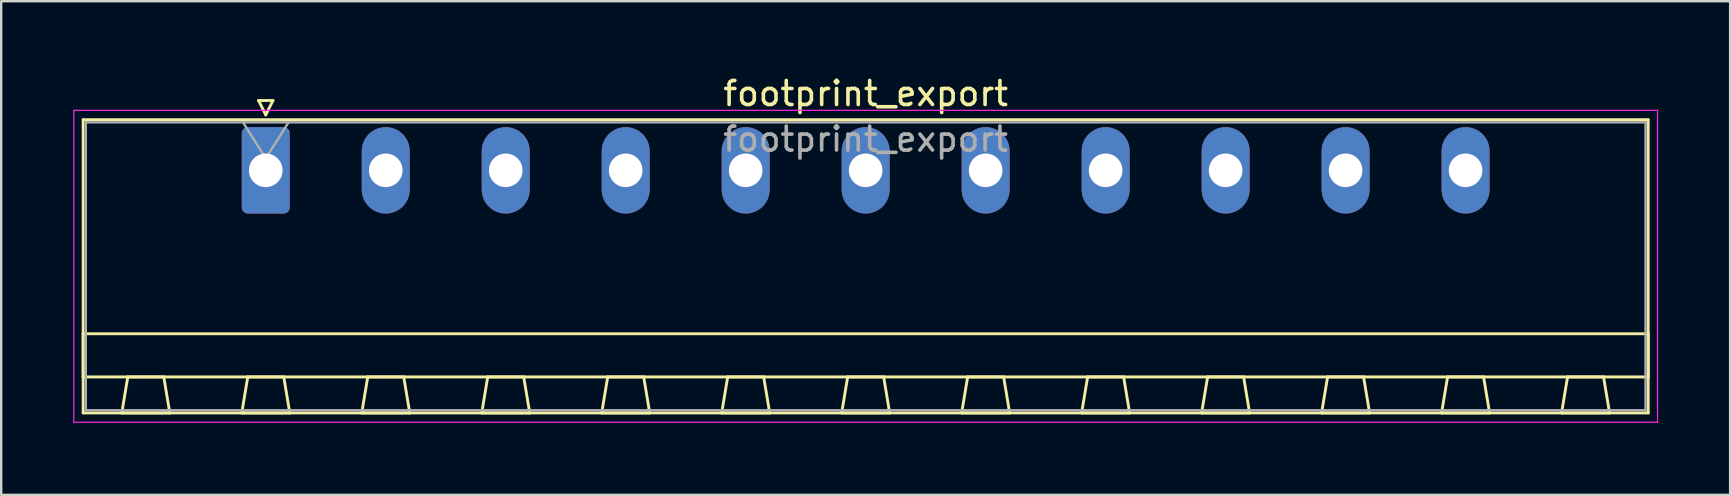
<source format=kicad_pcb>
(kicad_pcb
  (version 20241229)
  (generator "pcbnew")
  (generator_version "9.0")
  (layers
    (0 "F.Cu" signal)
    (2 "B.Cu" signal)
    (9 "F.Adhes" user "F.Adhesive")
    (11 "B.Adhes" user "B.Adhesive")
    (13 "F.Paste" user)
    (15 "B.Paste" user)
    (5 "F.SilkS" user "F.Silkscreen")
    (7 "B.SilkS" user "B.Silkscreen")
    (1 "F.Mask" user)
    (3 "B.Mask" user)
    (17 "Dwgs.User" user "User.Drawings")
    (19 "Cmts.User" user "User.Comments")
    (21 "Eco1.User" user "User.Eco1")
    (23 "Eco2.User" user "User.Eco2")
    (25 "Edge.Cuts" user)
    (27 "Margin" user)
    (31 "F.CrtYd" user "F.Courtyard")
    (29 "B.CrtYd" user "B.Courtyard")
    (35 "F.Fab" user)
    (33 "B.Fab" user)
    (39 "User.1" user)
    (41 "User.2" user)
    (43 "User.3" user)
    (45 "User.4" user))
  (footprint "footprint_export"
    (layer "F.Cu")
    (at 8.025 4.048)
    (property "Reference" "footprint_export" (at 25 -3.2 0) (layer "F.SilkS") (effects (font (size 1 1) (thickness 0.15))))
    (attr through_hole)
    (fp_line (start -7.61 -2.11) (end -7.61 10.11) (stroke (width 0.12) (type solid)) (layer "F.SilkS"))
    (fp_line (start -7.61 6.81) (end 57.61 6.81) (stroke (width 0.12) (type solid)) (layer "F.SilkS"))
    (fp_line (start -7.61 8.61) (end -7.61 6.81) (stroke (width 0.12) (type solid)) (layer "F.SilkS"))
    (fp_line (start -7.61 10.11) (end 57.61 10.11) (stroke (width 0.12) (type solid)) (layer "F.SilkS"))
    (fp_line (start -6 10.11) (end -4 10.11) (stroke (width 0.12) (type solid)) (layer "F.SilkS"))
    (fp_line (start -5.75 8.61) (end -6 10.11) (stroke (width 0.12) (type solid)) (layer "F.SilkS"))
    (fp_line (start -4.25 8.61) (end -5.75 8.61) (stroke (width 0.12) (type solid)) (layer "F.SilkS"))
    (fp_line (start -4 10.11) (end -4.25 8.61) (stroke (width 0.12) (type solid)) (layer "F.SilkS"))
    (fp_line (start -1 10.11) (end 1 10.11) (stroke (width 0.12) (type solid)) (layer "F.SilkS"))
    (fp_line (start -0.75 8.61) (end -1 10.11) (stroke (width 0.12) (type solid)) (layer "F.SilkS"))
    (fp_line (start -0.3 -2.91) (end 0.3 -2.91) (stroke (width 0.12) (type solid)) (layer "F.SilkS"))
    (fp_line (start 0 -2.31) (end -0.3 -2.91) (stroke (width 0.12) (type solid)) (layer "F.SilkS"))
    (fp_line (start 0.3 -2.91) (end 0 -2.31) (stroke (width 0.12) (type solid)) (layer "F.SilkS"))
    (fp_line (start 0.75 8.61) (end -0.75 8.61) (stroke (width 0.12) (type solid)) (layer "F.SilkS"))
    (fp_line (start 1 10.11) (end 0.75 8.61) (stroke (width 0.12) (type solid)) (layer "F.SilkS"))
    (fp_line (start 4 10.11) (end 6 10.11) (stroke (width 0.12) (type solid)) (layer "F.SilkS"))
    (fp_line (start 4.25 8.61) (end 4 10.11) (stroke (width 0.12) (type solid)) (layer "F.SilkS"))
    (fp_line (start 5.75 8.61) (end 4.25 8.61) (stroke (width 0.12) (type solid)) (layer "F.SilkS"))
    (fp_line (start 6 10.11) (end 5.75 8.61) (stroke (width 0.12) (type solid)) (layer "F.SilkS"))
    (fp_line (start 9 10.11) (end 11 10.11) (stroke (width 0.12) (type solid)) (layer "F.SilkS"))
    (fp_line (start 9.25 8.61) (end 9 10.11) (stroke (width 0.12) (type solid)) (layer "F.SilkS"))
    (fp_line (start 10.75 8.61) (end 9.25 8.61) (stroke (width 0.12) (type solid)) (layer "F.SilkS"))
    (fp_line (start 11 10.11) (end 10.75 8.61) (stroke (width 0.12) (type solid)) (layer "F.SilkS"))
    (fp_line (start 14 10.11) (end 16 10.11) (stroke (width 0.12) (type solid)) (layer "F.SilkS"))
    (fp_line (start 14.25 8.61) (end 14 10.11) (stroke (width 0.12) (type solid)) (layer "F.SilkS"))
    (fp_line (start 15.75 8.61) (end 14.25 8.61) (stroke (width 0.12) (type solid)) (layer "F.SilkS"))
    (fp_line (start 16 10.11) (end 15.75 8.61) (stroke (width 0.12) (type solid)) (layer "F.SilkS"))
    (fp_line (start 19 10.11) (end 21 10.11) (stroke (width 0.12) (type solid)) (layer "F.SilkS"))
    (fp_line (start 19.25 8.61) (end 19 10.11) (stroke (width 0.12) (type solid)) (layer "F.SilkS"))
    (fp_line (start 20.75 8.61) (end 19.25 8.61) (stroke (width 0.12) (type solid)) (layer "F.SilkS"))
    (fp_line (start 21 10.11) (end 20.75 8.61) (stroke (width 0.12) (type solid)) (layer "F.SilkS"))
    (fp_line (start 24 10.11) (end 26 10.11) (stroke (width 0.12) (type solid)) (layer "F.SilkS"))
    (fp_line (start 24.25 8.61) (end 24 10.11) (stroke (width 0.12) (type solid)) (layer "F.SilkS"))
    (fp_line (start 25.75 8.61) (end 24.25 8.61) (stroke (width 0.12) (type solid)) (layer "F.SilkS"))
    (fp_line (start 26 10.11) (end 25.75 8.61) (stroke (width 0.12) (type solid)) (layer "F.SilkS"))
    (fp_line (start 29 10.11) (end 31 10.11) (stroke (width 0.12) (type solid)) (layer "F.SilkS"))
    (fp_line (start 29.25 8.61) (end 29 10.11) (stroke (width 0.12) (type solid)) (layer "F.SilkS"))
    (fp_line (start 30.75 8.61) (end 29.25 8.61) (stroke (width 0.12) (type solid)) (layer "F.SilkS"))
    (fp_line (start 31 10.11) (end 30.75 8.61) (stroke (width 0.12) (type solid)) (layer "F.SilkS"))
    (fp_line (start 34 10.11) (end 36 10.11) (stroke (width 0.12) (type solid)) (layer "F.SilkS"))
    (fp_line (start 34.25 8.61) (end 34 10.11) (stroke (width 0.12) (type solid)) (layer "F.SilkS"))
    (fp_line (start 35.75 8.61) (end 34.25 8.61) (stroke (width 0.12) (type solid)) (layer "F.SilkS"))
    (fp_line (start 36 10.11) (end 35.75 8.61) (stroke (width 0.12) (type solid)) (layer "F.SilkS"))
    (fp_line (start 39 10.11) (end 41 10.11) (stroke (width 0.12) (type solid)) (layer "F.SilkS"))
    (fp_line (start 39.25 8.61) (end 39 10.11) (stroke (width 0.12) (type solid)) (layer "F.SilkS"))
    (fp_line (start 40.75 8.61) (end 39.25 8.61) (stroke (width 0.12) (type solid)) (layer "F.SilkS"))
    (fp_line (start 41 10.11) (end 40.75 8.61) (stroke (width 0.12) (type solid)) (layer "F.SilkS"))
    (fp_line (start 44 10.11) (end 46 10.11) (stroke (width 0.12) (type solid)) (layer "F.SilkS"))
    (fp_line (start 44.25 8.61) (end 44 10.11) (stroke (width 0.12) (type solid)) (layer "F.SilkS"))
    (fp_line (start 45.75 8.61) (end 44.25 8.61) (stroke (width 0.12) (type solid)) (layer "F.SilkS"))
    (fp_line (start 46 10.11) (end 45.75 8.61) (stroke (width 0.12) (type solid)) (layer "F.SilkS"))
    (fp_line (start 49 10.11) (end 51 10.11) (stroke (width 0.12) (type solid)) (layer "F.SilkS"))
    (fp_line (start 49.25 8.61) (end 49 10.11) (stroke (width 0.12) (type solid)) (layer "F.SilkS"))
    (fp_line (start 50.75 8.61) (end 49.25 8.61) (stroke (width 0.12) (type solid)) (layer "F.SilkS"))
    (fp_line (start 51 10.11) (end 50.75 8.61) (stroke (width 0.12) (type solid)) (layer "F.SilkS"))
    (fp_line (start 54 10.11) (end 56 10.11) (stroke (width 0.12) (type solid)) (layer "F.SilkS"))
    (fp_line (start 54.25 8.61) (end 54 10.11) (stroke (width 0.12) (type solid)) (layer "F.SilkS"))
    (fp_line (start 55.75 8.61) (end 54.25 8.61) (stroke (width 0.12) (type solid)) (layer "F.SilkS"))
    (fp_line (start 56 10.11) (end 55.75 8.61) (stroke (width 0.12) (type solid)) (layer "F.SilkS"))
    (fp_line (start 57.61 -2.11) (end -7.61 -2.11) (stroke (width 0.12) (type solid)) (layer "F.SilkS"))
    (fp_line (start 57.61 6.81) (end 57.61 8.61) (stroke (width 0.12) (type solid)) (layer "F.SilkS"))
    (fp_line (start 57.61 8.61) (end -7.61 8.61) (stroke (width 0.12) (type solid)) (layer "F.SilkS"))
    (fp_line (start 57.61 10.11) (end 57.61 -2.11) (stroke (width 0.12) (type solid)) (layer "F.SilkS"))
    (fp_line (start -8 -2.5) (end -8 10.5) (stroke (width 0.05) (type solid)) (layer "F.CrtYd"))
    (fp_line (start -8 10.5) (end 58 10.5) (stroke (width 0.05) (type solid)) (layer "F.CrtYd"))
    (fp_line (start 58 -2.5) (end -8 -2.5) (stroke (width 0.05) (type solid)) (layer "F.CrtYd"))
    (fp_line (start 58 10.5) (end 58 -2.5) (stroke (width 0.05) (type solid)) (layer "F.CrtYd"))
    (fp_line (start -7.5 -2) (end -7.5 10) (stroke (width 0.1) (type solid)) (layer "F.Fab"))
    (fp_line (start -7.5 10) (end 57.5 10) (stroke (width 0.1) (type solid)) (layer "F.Fab"))
    (fp_line (start 0 -0.5) (end -0.95 -2) (stroke (width 0.1) (type solid)) (layer "F.Fab"))
    (fp_line (start 0.95 -2) (end 0 -0.5) (stroke (width 0.1) (type solid)) (layer "F.Fab"))
    (fp_line (start 57.5 -2) (end -7.5 -2) (stroke (width 0.1) (type solid)) (layer "F.Fab"))
    (fp_line (start 57.5 10) (end 57.5 -2) (stroke (width 0.1) (type solid)) (layer "F.Fab"))
    (fp_text user "${REFERENCE}" (at 25 -1.3 0) (layer "F.Fab") (effects (font (size 1 1) (thickness 0.15))))
    (pad "1" thru_hole roundrect (at 0 0) (size 2 3.6) (drill 1.4) (layers "*.Cu" "*.Mask") (roundrect_rratio 0.125))
    (pad "2" thru_hole oval (at 5 0) (size 2 3.6) (drill 1.4) (layers "*.Cu" "*.Mask"))
    (pad "3" thru_hole oval (at 10 0) (size 2 3.6) (drill 1.4) (layers "*.Cu" "*.Mask"))
    (pad "4" thru_hole oval (at 15 0) (size 2 3.6) (drill 1.4) (layers "*.Cu" "*.Mask"))
    (pad "5" thru_hole oval (at 20 0) (size 2 3.6) (drill 1.4) (layers "*.Cu" "*.Mask"))
    (pad "6" thru_hole oval (at 25 0) (size 2 3.6) (drill 1.4) (layers "*.Cu" "*.Mask"))
    (pad "7" thru_hole oval (at 30 0) (size 2 3.6) (drill 1.4) (layers "*.Cu" "*.Mask"))
    (pad "8" thru_hole oval (at 35 0) (size 2 3.6) (drill 1.4) (layers "*.Cu" "*.Mask"))
    (pad "9" thru_hole oval (at 40 0) (size 2 3.6) (drill 1.4) (layers "*.Cu" "*.Mask"))
    (pad "10" thru_hole oval (at 45 0) (size 2 3.6) (drill 1.4) (layers "*.Cu" "*.Mask"))
    (pad "11" thru_hole oval (at 50 0) (size 2 3.6) (drill 1.4) (layers "*.Cu" "*.Mask")))
  (gr_rect
    (start -3 -3)
    (end 69.05 17.573)
    (stroke (width 0.1) (type default))
    (fill no)
    (layer "Edge.Cuts")))
</source>
